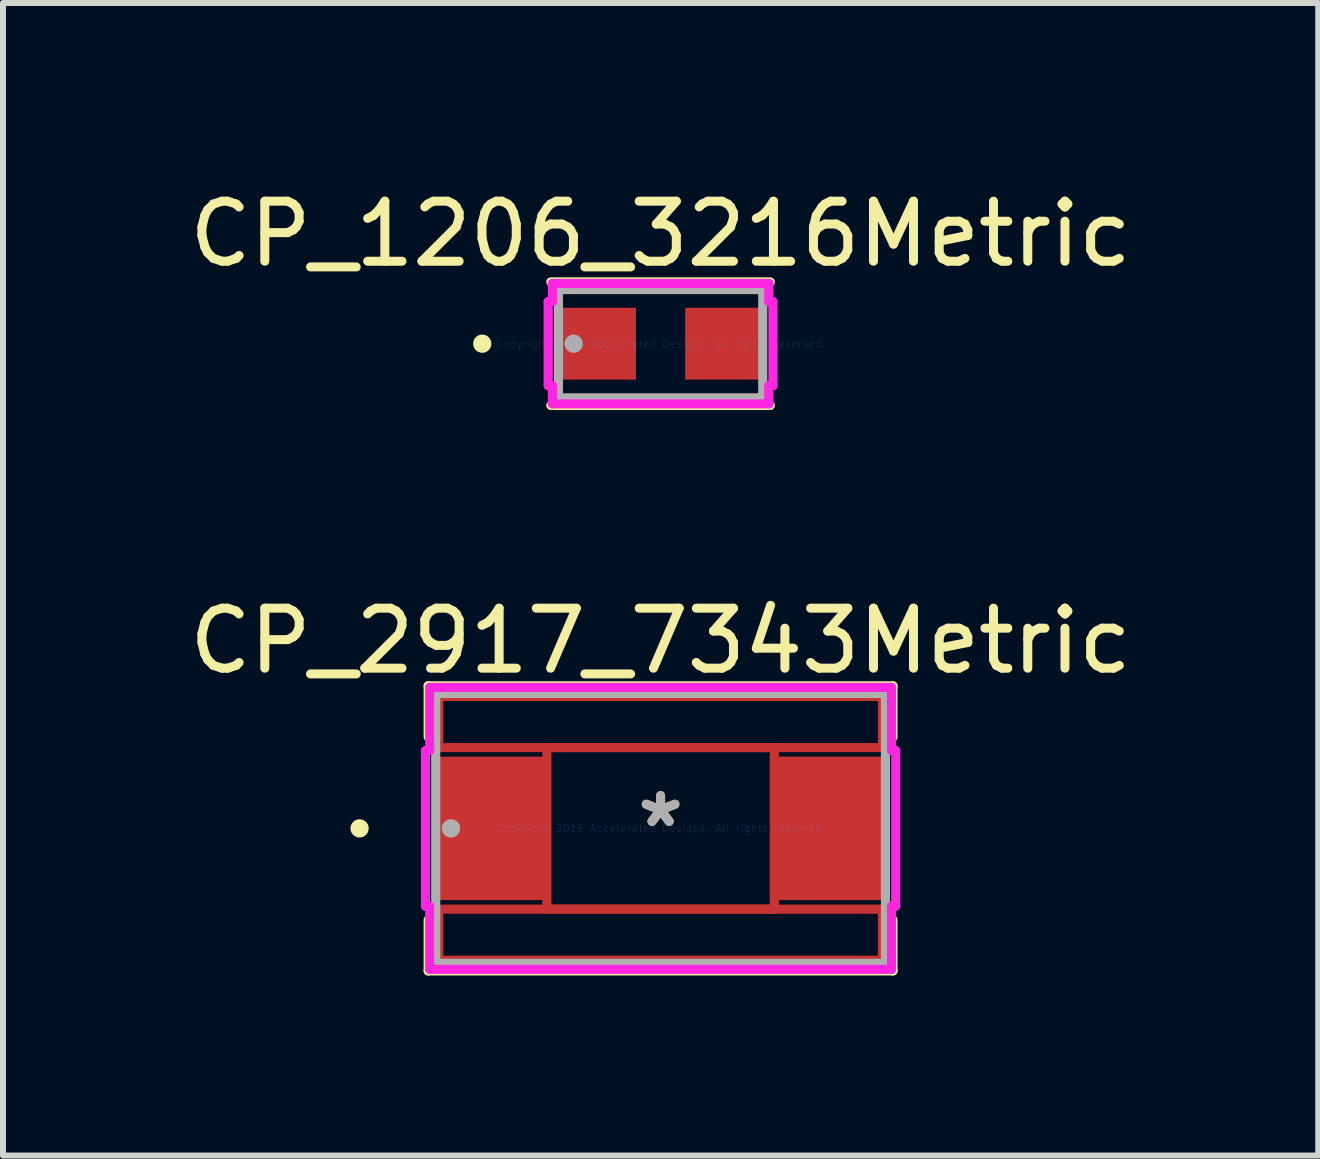
<source format=kicad_pcb>
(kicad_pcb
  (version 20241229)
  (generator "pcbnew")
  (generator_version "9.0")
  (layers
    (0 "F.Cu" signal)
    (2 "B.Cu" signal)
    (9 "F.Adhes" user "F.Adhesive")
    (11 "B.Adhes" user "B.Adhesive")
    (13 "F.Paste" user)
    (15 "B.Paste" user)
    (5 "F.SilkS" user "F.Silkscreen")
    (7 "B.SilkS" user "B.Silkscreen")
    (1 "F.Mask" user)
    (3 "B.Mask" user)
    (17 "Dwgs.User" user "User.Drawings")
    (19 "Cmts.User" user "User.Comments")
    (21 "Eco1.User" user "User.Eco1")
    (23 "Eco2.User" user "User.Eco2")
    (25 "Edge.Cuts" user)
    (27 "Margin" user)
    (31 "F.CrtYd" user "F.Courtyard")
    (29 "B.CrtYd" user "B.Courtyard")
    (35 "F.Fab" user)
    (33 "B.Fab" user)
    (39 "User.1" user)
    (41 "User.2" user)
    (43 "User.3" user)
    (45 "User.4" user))
  (footprint "CP_1206_3216Metric"
    (layer "F.Cu")
    (at 7.958 2.677)
    (property "Reference" "CP_1206_3216Metric" (at 0 -1.829 0) (layer "F.SilkS") (effects (font (size 1 1) (thickness 0.15))))
    (attr through_hole)
    (fp_line (start -1.829 1.029) (end 1.829 1.029) (stroke (width 0.152) (type solid)) (layer "F.SilkS"))
    (fp_line (start 1.829 -1.029) (end -1.829 -1.029) (stroke (width 0.152) (type solid)) (layer "F.SilkS"))
    (fp_circle (center -2.972 0) (end -2.896 0) (stroke (width 0.152) (type solid)) (fill no) (layer "F.SilkS"))
    (fp_line (start -1.873 -0.7) (end -1.803 -0.7) (stroke (width 0.152) (type solid)) (layer "F.CrtYd"))
    (fp_line (start -1.873 0.7) (end -1.873 -0.7) (stroke (width 0.152) (type solid)) (layer "F.CrtYd"))
    (fp_line (start -1.803 -1.003) (end 1.803 -1.003) (stroke (width 0.152) (type solid)) (layer "F.CrtYd"))
    (fp_line (start -1.803 -0.7) (end -1.803 -1.003) (stroke (width 0.152) (type solid)) (layer "F.CrtYd"))
    (fp_line (start -1.803 0.7) (end -1.873 0.7) (stroke (width 0.152) (type solid)) (layer "F.CrtYd"))
    (fp_line (start -1.803 1.003) (end -1.803 0.7) (stroke (width 0.152) (type solid)) (layer "F.CrtYd"))
    (fp_line (start 1.803 -1.003) (end 1.803 -0.7) (stroke (width 0.152) (type solid)) (layer "F.CrtYd"))
    (fp_line (start 1.803 -0.7) (end 1.873 -0.7) (stroke (width 0.152) (type solid)) (layer "F.CrtYd"))
    (fp_line (start 1.803 0.7) (end 1.803 1.003) (stroke (width 0.152) (type solid)) (layer "F.CrtYd"))
    (fp_line (start 1.803 1.003) (end -1.803 1.003) (stroke (width 0.152) (type solid)) (layer "F.CrtYd"))
    (fp_line (start 1.873 -0.7) (end 1.873 0.7) (stroke (width 0.152) (type solid)) (layer "F.CrtYd"))
    (fp_line (start 1.873 0.7) (end 1.803 0.7) (stroke (width 0.152) (type solid)) (layer "F.CrtYd"))
    (fp_line (start -1.702 -0.902) (end -1.702 0.902) (stroke (width 0.152) (type solid)) (layer "F.Fab"))
    (fp_line (start -1.702 0.902) (end 1.702 0.902) (stroke (width 0.152) (type solid)) (layer "F.Fab"))
    (fp_line (start 1.702 -0.902) (end -1.702 -0.902) (stroke (width 0.152) (type solid)) (layer "F.Fab"))
    (fp_line (start 1.702 0.902) (end 1.702 -0.902) (stroke (width 0.152) (type solid)) (layer "F.Fab"))
    (fp_circle (center -1.448 0) (end -1.372 0) (stroke (width 0.152) (type solid)) (fill no) (layer "F.Fab"))
    (fp_text user "Copyright 2016 Accelerated Designs. All rights reserved." (at 0 0 0) (layer "Cmts.User") (effects (font (size 0.127 0.127) (thickness 0.002))))
    (pad "1" smd rect (at -1.091 0 90) (size 1.197 1.362) (layers "F.Cu" "F.Mask" "F.Paste"))
    (pad "2" smd rect (at 1.091 0 90) (size 1.197 1.362) (layers "F.Cu" "F.Mask" "F.Paste")))
  (footprint "CP_2917_7343Metric"
    (layer "F.Cu")
    (at 7.958 10.754)
    (property "Reference" "CP_2917_7343Metric" (at 0 -3.124 0) (layer "F.SilkS") (effects (font (size 1 1) (thickness 0.15))))
    (attr through_hole)
    (fp_line (start -3.696 -2.197) (end 3.696 -2.197) (stroke (width 0.152) (type solid)) (layer "F.Cu"))
    (fp_line (start -3.696 -1.346) (end -3.696 -2.197) (stroke (width 0.152) (type solid)) (layer "F.Cu"))
    (fp_line (start -3.696 1.346) (end 3.696 1.346) (stroke (width 0.152) (type solid)) (layer "F.Cu"))
    (fp_line (start -3.696 2.197) (end -3.696 1.346) (stroke (width 0.152) (type solid)) (layer "F.Cu"))
    (fp_line (start -1.895 -1.346) (end 1.895 -1.346) (stroke (width 0.152) (type solid)) (layer "F.Cu"))
    (fp_line (start -1.895 1.346) (end -1.895 -1.346) (stroke (width 0.152) (type solid)) (layer "F.Cu"))
    (fp_line (start 1.895 -1.346) (end 1.895 1.346) (stroke (width 0.152) (type solid)) (layer "F.Cu"))
    (fp_line (start 1.895 1.346) (end -1.895 1.346) (stroke (width 0.152) (type solid)) (layer "F.Cu"))
    (fp_line (start 3.696 -2.197) (end 3.696 -1.346) (stroke (width 0.152) (type solid)) (layer "F.Cu"))
    (fp_line (start 3.696 -1.346) (end -3.696 -1.346) (stroke (width 0.152) (type solid)) (layer "F.Cu"))
    (fp_line (start 3.696 1.346) (end 3.696 2.197) (stroke (width 0.152) (type solid)) (layer "F.Cu"))
    (fp_line (start 3.696 2.197) (end -3.696 2.197) (stroke (width 0.152) (type solid)) (layer "F.Cu"))
    (fp_line (start -3.873 -2.375) (end -3.873 -1.523) (stroke (width 0.152) (type solid)) (layer "F.SilkS"))
    (fp_line (start -3.873 1.523) (end -3.873 2.375) (stroke (width 0.152) (type solid)) (layer "F.SilkS"))
    (fp_line (start -3.873 2.375) (end 3.873 2.375) (stroke (width 0.152) (type solid)) (layer "F.SilkS"))
    (fp_line (start 3.873 -2.375) (end -3.873 -2.375) (stroke (width 0.152) (type solid)) (layer "F.SilkS"))
    (fp_line (start 3.873 -1.523) (end 3.873 -2.375) (stroke (width 0.152) (type solid)) (layer "F.SilkS"))
    (fp_line (start 3.873 2.375) (end 3.873 1.523) (stroke (width 0.152) (type solid)) (layer "F.SilkS"))
    (fp_circle (center -5.016 0) (end -4.94 0) (stroke (width 0.152) (type solid)) (fill no) (layer "F.SilkS"))
    (fp_line (start -3.918 -1.297) (end -3.848 -1.297) (stroke (width 0.152) (type solid)) (layer "F.CrtYd"))
    (fp_line (start -3.918 1.297) (end -3.918 -1.297) (stroke (width 0.152) (type solid)) (layer "F.CrtYd"))
    (fp_line (start -3.848 -2.349) (end 3.848 -2.349) (stroke (width 0.152) (type solid)) (layer "F.CrtYd"))
    (fp_line (start -3.848 -1.297) (end -3.848 -2.349) (stroke (width 0.152) (type solid)) (layer "F.CrtYd"))
    (fp_line (start -3.848 1.297) (end -3.918 1.297) (stroke (width 0.152) (type solid)) (layer "F.CrtYd"))
    (fp_line (start -3.848 2.349) (end -3.848 1.297) (stroke (width 0.152) (type solid)) (layer "F.CrtYd"))
    (fp_line (start 3.848 -2.349) (end 3.848 -1.297) (stroke (width 0.152) (type solid)) (layer "F.CrtYd"))
    (fp_line (start 3.848 -1.297) (end 3.918 -1.297) (stroke (width 0.152) (type solid)) (layer "F.CrtYd"))
    (fp_line (start 3.848 1.297) (end 3.848 2.349) (stroke (width 0.152) (type solid)) (layer "F.CrtYd"))
    (fp_line (start 3.848 2.349) (end -3.848 2.349) (stroke (width 0.152) (type solid)) (layer "F.CrtYd"))
    (fp_line (start 3.918 -1.297) (end 3.918 1.297) (stroke (width 0.152) (type solid)) (layer "F.CrtYd"))
    (fp_line (start 3.918 1.297) (end 3.848 1.297) (stroke (width 0.152) (type solid)) (layer "F.CrtYd"))
    (fp_line (start -3.747 -2.248) (end -3.747 2.248) (stroke (width 0.152) (type solid)) (layer "F.Fab"))
    (fp_line (start -3.747 2.248) (end 3.747 2.248) (stroke (width 0.152) (type solid)) (layer "F.Fab"))
    (fp_line (start 3.747 -2.248) (end -3.747 -2.248) (stroke (width 0.152) (type solid)) (layer "F.Fab"))
    (fp_line (start 3.747 2.248) (end 3.747 -2.248) (stroke (width 0.152) (type solid)) (layer "F.Fab"))
    (fp_circle (center -3.493 0) (end -3.416 0) (stroke (width 0.152) (type solid)) (fill no) (layer "F.Fab"))
    (fp_text user "*" (at 0 0 0) (layer "F.SilkS") (effects (font (size 1 1) (thickness 0.15))))
    (fp_text user "Copyright 2016 Accelerated Designs. All rights reserved." (at 0 0 0) (layer "Cmts.User") (effects (font (size 0.127 0.127) (thickness 0.002))))
    (fp_text user "*" (at 0 0 0) (layer "F.Fab") (effects (font (size 1 1) (thickness 0.15))))
    (pad "1" smd rect (at -2.881 0 90) (size 2.391 1.87) (layers "F.Cu" "F.Mask" "F.Paste"))
    (pad "2" smd rect (at 2.881 0 90) (size 2.391 1.87) (layers "F.Cu" "F.Mask" "F.Paste")))
  (gr_rect
    (start -3 -3)
    (end 18.917 16.206)
    (stroke (width 0.1) (type default))
    (fill no)
    (layer "Edge.Cuts")))
</source>
